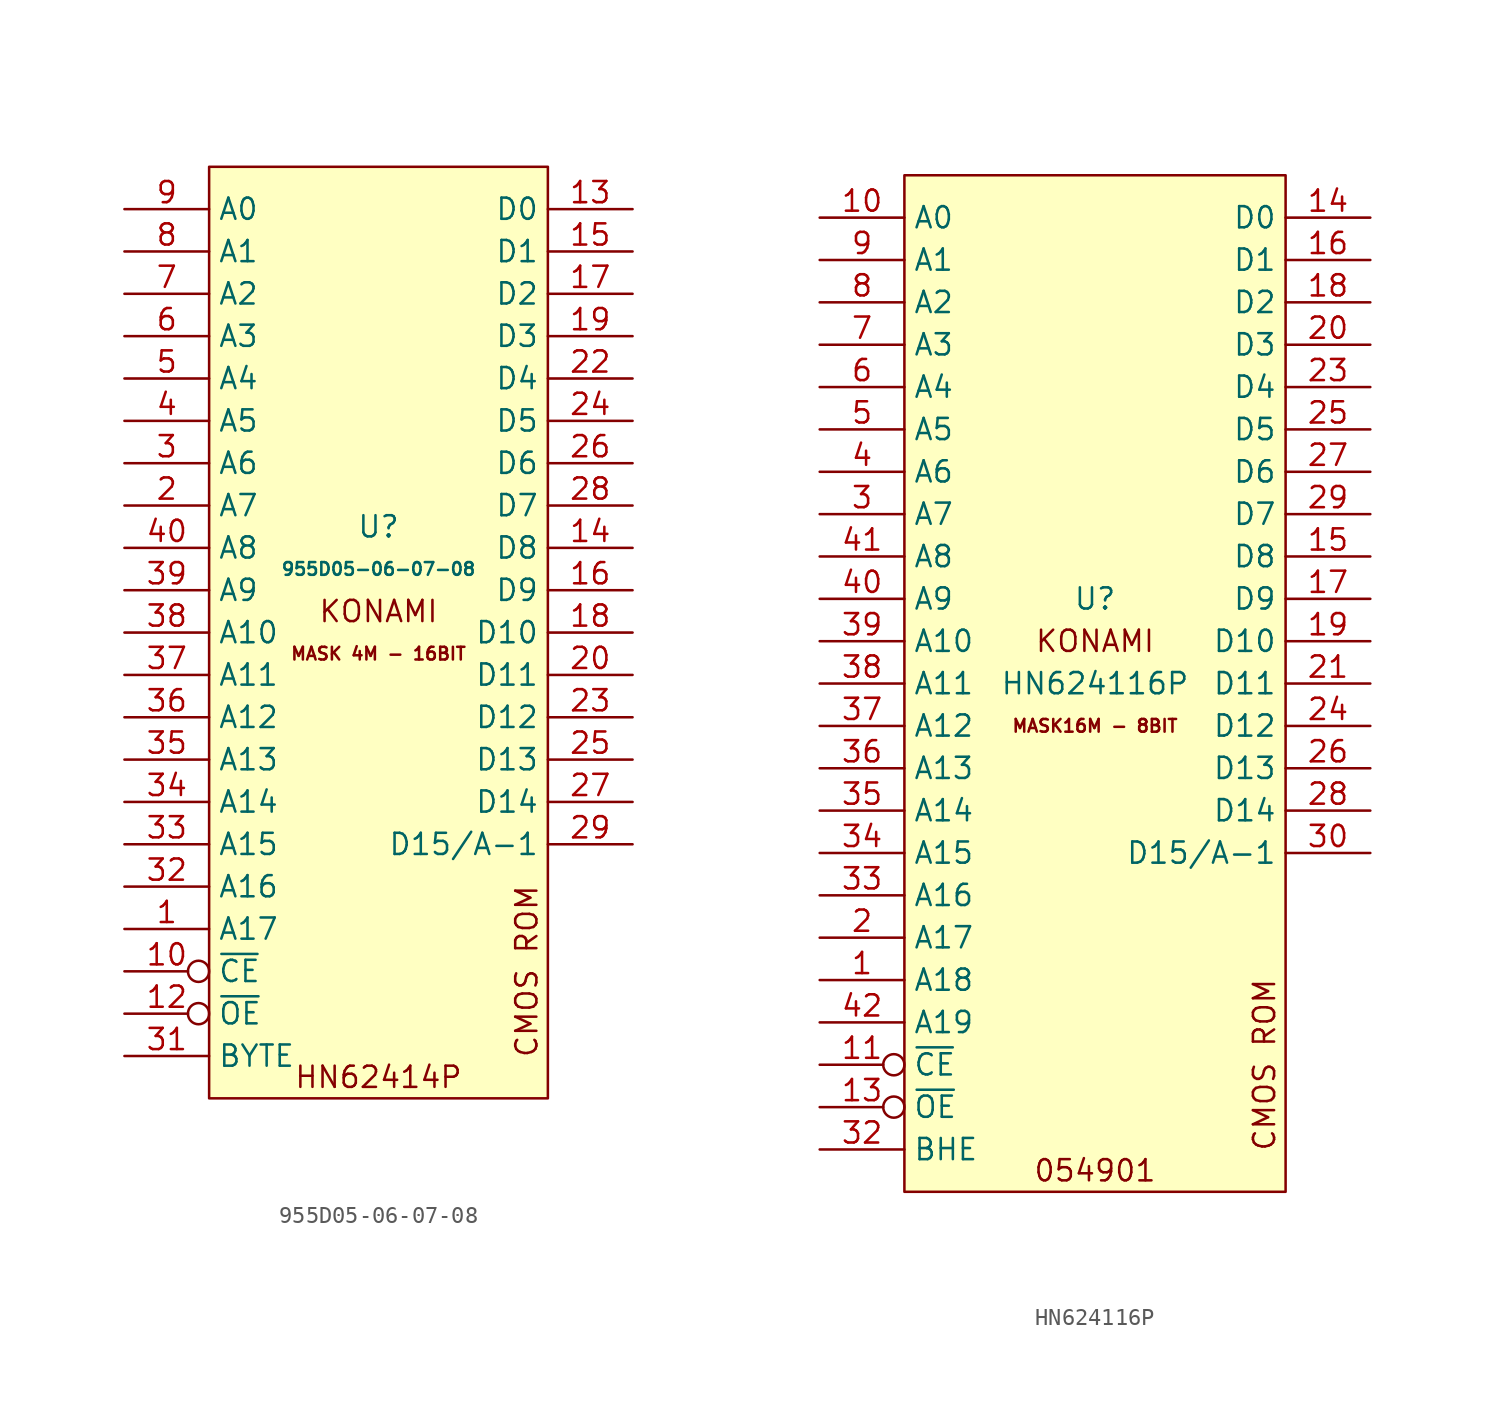
<source format=kicad_sym>
(kicad_symbol_lib
  (version 20231120)
  (generator "kicad_symbol_editor")
  (generator_version "8.0")
  (symbol "955D05-06-07-08"
    (property "Reference" "U"
      (at 0 5.08 0)
      (effects (font (size 1.27 1.27))))
    (property "Value" "955D05-06-07-08"
      (at 0 2.54 0)
      (effects (font (size 0.762 0.762))))
    (symbol "955D05-06-07-08_0_0"
      (text "CMOS ROM" (at 8.89 -21.59 900) (effects (font (size 1.27 1.27))))
      (text "HN62414P" (at 0 -27.94 0) (effects (font (size 1.27 1.27))))
      (text "KONAMI" (at 0 0 0) (effects (font (size 1.27 1.27))))
      (text "MASK 4M - 16BIT" (at 0 -2.54 0) (effects (font (size 0.762 0.762)))))
    (symbol "955D05-06-07-08_0_1"
      (rectangle (start -10.16 26.67) (end 10.16 -29.21) (stroke (width 0) (type default)) (fill (type background))))
    (symbol "955D05-06-07-08_1_1"
      (pin input line (at -15.24 -19.05 0) (length 5.08) (name "A17" (effects (font (size 1.27 1.27)))) (number "1" (effects (font (size 1.27 1.27)))))
      (pin input inverted (at -15.24 -21.59 0) (length 5.08) (name "~{CE}" (effects (font (size 1.27 1.27)))) (number "10" (effects (font (size 1.27 1.27)))))
      (pin power_in line (at -1.27 -29.21 90) (length 2.54) hide (name "VSS" (effects (font (size 1.27 1.27)))) (number "11" (effects (font (size 1.27 1.27)))))
      (pin input inverted (at -15.24 -24.13 0) (length 5.08) (name "~{OE}" (effects (font (size 1.27 1.27)))) (number "12" (effects (font (size 1.27 1.27)))))
      (pin bidirectional line (at 15.24 24.13 180) (length 5.08) (name "D0" (effects (font (size 1.27 1.27)))) (number "13" (effects (font (size 1.27 1.27)))))
      (pin bidirectional line (at 15.24 3.81 180) (length 5.08) (name "D8" (effects (font (size 1.27 1.27)))) (number "14" (effects (font (size 1.27 1.27)))))
      (pin bidirectional line (at 15.24 21.59 180) (length 5.08) (name "D1" (effects (font (size 1.27 1.27)))) (number "15" (effects (font (size 1.27 1.27)))))
      (pin bidirectional line (at 15.24 1.27 180) (length 5.08) (name "D9" (effects (font (size 1.27 1.27)))) (number "16" (effects (font (size 1.27 1.27)))))
      (pin bidirectional line (at 15.24 19.05 180) (length 5.08) (name "D2" (effects (font (size 1.27 1.27)))) (number "17" (effects (font (size 1.27 1.27)))))
      (pin bidirectional line (at 15.24 -1.27 180) (length 5.08) (name "D10" (effects (font (size 1.27 1.27)))) (number "18" (effects (font (size 1.27 1.27)))))
      (pin bidirectional line (at 15.24 16.51 180) (length 5.08) (name "D3" (effects (font (size 1.27 1.27)))) (number "19" (effects (font (size 1.27 1.27)))))
      (pin input line (at -15.24 6.35 0) (length 5.08) (name "A7" (effects (font (size 1.27 1.27)))) (number "2" (effects (font (size 1.27 1.27)))))
      (pin bidirectional line (at 15.24 -3.81 180) (length 5.08) (name "D11" (effects (font (size 1.27 1.27)))) (number "20" (effects (font (size 1.27 1.27)))))
      (pin power_in line (at 0 26.67 270) (length 2.54) hide (name "VCC" (effects (font (size 1.27 1.27)))) (number "21" (effects (font (size 1.27 1.27)))))
      (pin bidirectional line (at 15.24 13.97 180) (length 5.08) (name "D4" (effects (font (size 1.27 1.27)))) (number "22" (effects (font (size 1.27 1.27)))))
      (pin bidirectional line (at 15.24 -6.35 180) (length 5.08) (name "D12" (effects (font (size 1.27 1.27)))) (number "23" (effects (font (size 1.27 1.27)))))
      (pin bidirectional line (at 15.24 11.43 180) (length 5.08) (name "D5" (effects (font (size 1.27 1.27)))) (number "24" (effects (font (size 1.27 1.27)))))
      (pin bidirectional line (at 15.24 -8.89 180) (length 5.08) (name "D13" (effects (font (size 1.27 1.27)))) (number "25" (effects (font (size 1.27 1.27)))))
      (pin bidirectional line (at 15.24 8.89 180) (length 5.08) (name "D6" (effects (font (size 1.27 1.27)))) (number "26" (effects (font (size 1.27 1.27)))))
      (pin bidirectional line (at 15.24 -11.43 180) (length 5.08) (name "D14" (effects (font (size 1.27 1.27)))) (number "27" (effects (font (size 1.27 1.27)))))
      (pin bidirectional line (at 15.24 6.35 180) (length 5.08) (name "D7" (effects (font (size 1.27 1.27)))) (number "28" (effects (font (size 1.27 1.27)))))
      (pin bidirectional line (at 15.24 -13.97 180) (length 5.08) (name "D15/A-1" (effects (font (size 1.27 1.27)))) (number "29" (effects (font (size 1.27 1.27)))))
      (pin input line (at -15.24 8.89 0) (length 5.08) (name "A6" (effects (font (size 1.27 1.27)))) (number "3" (effects (font (size 1.27 1.27)))))
      (pin power_in line (at 1.27 -29.21 90) (length 2.54) hide (name "VSS" (effects (font (size 1.27 1.27)))) (number "30" (effects (font (size 1.27 1.27)))))
      (pin input line (at -15.24 -26.67 0) (length 5.08) (name "BYTE" (effects (font (size 1.27 1.27)))) (number "31" (effects (font (size 1.27 1.27)))))
      (pin input line (at -15.24 -16.51 0) (length 5.08) (name "A16" (effects (font (size 1.27 1.27)))) (number "32" (effects (font (size 1.27 1.27)))))
      (pin input line (at -15.24 -13.97 0) (length 5.08) (name "A15" (effects (font (size 1.27 1.27)))) (number "33" (effects (font (size 1.27 1.27)))))
      (pin input line (at -15.24 -11.43 0) (length 5.08) (name "A14" (effects (font (size 1.27 1.27)))) (number "34" (effects (font (size 1.27 1.27)))))
      (pin input line (at -15.24 -8.89 0) (length 5.08) (name "A13" (effects (font (size 1.27 1.27)))) (number "35" (effects (font (size 1.27 1.27)))))
      (pin input line (at -15.24 -6.35 0) (length 5.08) (name "A12" (effects (font (size 1.27 1.27)))) (number "36" (effects (font (size 1.27 1.27)))))
      (pin input line (at -15.24 -3.81 0) (length 5.08) (name "A11" (effects (font (size 1.27 1.27)))) (number "37" (effects (font (size 1.27 1.27)))))
      (pin input line (at -15.24 -1.27 0) (length 5.08) (name "A10" (effects (font (size 1.27 1.27)))) (number "38" (effects (font (size 1.27 1.27)))))
      (pin input line (at -15.24 1.27 0) (length 5.08) (name "A9" (effects (font (size 1.27 1.27)))) (number "39" (effects (font (size 1.27 1.27)))))
      (pin input line (at -15.24 11.43 0) (length 5.08) (name "A5" (effects (font (size 1.27 1.27)))) (number "4" (effects (font (size 1.27 1.27)))))
      (pin input line (at -15.24 3.81 0) (length 5.08) (name "A8" (effects (font (size 1.27 1.27)))) (number "40" (effects (font (size 1.27 1.27)))))
      (pin input line (at -15.24 13.97 0) (length 5.08) (name "A4" (effects (font (size 1.27 1.27)))) (number "5" (effects (font (size 1.27 1.27)))))
      (pin input line (at -15.24 16.51 0) (length 5.08) (name "A3" (effects (font (size 1.27 1.27)))) (number "6" (effects (font (size 1.27 1.27)))))
      (pin input line (at -15.24 19.05 0) (length 5.08) (name "A2" (effects (font (size 1.27 1.27)))) (number "7" (effects (font (size 1.27 1.27)))))
      (pin input line (at -15.24 21.59 0) (length 5.08) (name "A1" (effects (font (size 1.27 1.27)))) (number "8" (effects (font (size 1.27 1.27)))))
      (pin input line (at -15.24 24.13 0) (length 5.08) (name "A0" (effects (font (size 1.27 1.27)))) (number "9" (effects (font (size 1.27 1.27)))))))
  (symbol "HN624116P"
    (property "Reference" "U"
      (at 0 5.08 0)
      (effects (font (size 1.27 1.27))))
    (property "Value" "HN624116P"
      (at 0 0 0)
      (effects (font (size 1.27 1.27))))
    (symbol "HN624116P_0_0"
      (rectangle (start -11.43 30.48) (end 11.43 -30.48) (stroke (width 0.152) (type default)) (fill (type background)))
      (text "054901" (at 0 -29.21 0) (effects (font (size 1.27 1.27))))
      (text "CMOS ROM" (at 10.16 -22.86 900) (effects (font (size 1.27 1.27))))
      (text "KONAMI" (at 0 2.54 0) (effects (font (size 1.27 1.27))))
      (text "MASK16M - 8BIT" (at 0 -2.54 0) (effects (font (size 0.762 0.762)))))
    (symbol "HN624116P_1_1"
      (pin input line (at -16.51 -17.78 0) (length 5.08) (name "A18" (effects (font (size 1.27 1.27)))) (number "1" (effects (font (size 1.27 1.27)))))
      (pin input line (at -16.51 27.94 0) (length 5.08) (name "A0" (effects (font (size 1.27 1.27)))) (number "10" (effects (font (size 1.27 1.27)))))
      (pin input inverted (at -16.51 -22.86 0) (length 5.08) (name "~{CE}" (effects (font (size 1.27 1.27)))) (number "11" (effects (font (size 1.27 1.27)))))
      (pin power_in line (at -1.27 -30.48 90) (length 5.08) hide (name "VSS" (effects (font (size 1.27 1.27)))) (number "12" (effects (font (size 1.27 1.27)))))
      (pin input inverted (at -16.51 -25.4 0) (length 5.08) (name "~{OE}" (effects (font (size 1.27 1.27)))) (number "13" (effects (font (size 1.27 1.27)))))
      (pin tri_state line (at 16.51 27.94 180) (length 5.08) (name "D0" (effects (font (size 1.27 1.27)))) (number "14" (effects (font (size 1.27 1.27)))))
      (pin tri_state line (at 16.51 7.62 180) (length 5.08) (name "D8" (effects (font (size 1.27 1.27)))) (number "15" (effects (font (size 1.27 1.27)))))
      (pin tri_state line (at 16.51 25.4 180) (length 5.08) (name "D1" (effects (font (size 1.27 1.27)))) (number "16" (effects (font (size 1.27 1.27)))))
      (pin tri_state line (at 16.51 5.08 180) (length 5.08) (name "D9" (effects (font (size 1.27 1.27)))) (number "17" (effects (font (size 1.27 1.27)))))
      (pin tri_state line (at 16.51 22.86 180) (length 5.08) (name "D2" (effects (font (size 1.27 1.27)))) (number "18" (effects (font (size 1.27 1.27)))))
      (pin tri_state line (at 16.51 2.54 180) (length 5.08) (name "D10" (effects (font (size 1.27 1.27)))) (number "19" (effects (font (size 1.27 1.27)))))
      (pin input line (at -16.51 -15.24 0) (length 5.08) (name "A17" (effects (font (size 1.27 1.27)))) (number "2" (effects (font (size 1.27 1.27)))))
      (pin tri_state line (at 16.51 20.32 180) (length 5.08) (name "D3" (effects (font (size 1.27 1.27)))) (number "20" (effects (font (size 1.27 1.27)))))
      (pin tri_state line (at 16.51 0 180) (length 5.08) (name "D11" (effects (font (size 1.27 1.27)))) (number "21" (effects (font (size 1.27 1.27)))))
      (pin power_in line (at 0 30.48 270) (length 5.08) hide (name "VCC" (effects (font (size 1.27 1.27)))) (number "22" (effects (font (size 1.27 1.27)))))
      (pin tri_state line (at 16.51 17.78 180) (length 5.08) (name "D4" (effects (font (size 1.27 1.27)))) (number "23" (effects (font (size 1.27 1.27)))))
      (pin tri_state line (at 16.51 -2.54 180) (length 5.08) (name "D12" (effects (font (size 1.27 1.27)))) (number "24" (effects (font (size 1.27 1.27)))))
      (pin tri_state line (at 16.51 15.24 180) (length 5.08) (name "D5" (effects (font (size 1.27 1.27)))) (number "25" (effects (font (size 1.27 1.27)))))
      (pin tri_state line (at 16.51 -5.08 180) (length 5.08) (name "D13" (effects (font (size 1.27 1.27)))) (number "26" (effects (font (size 1.27 1.27)))))
      (pin tri_state line (at 16.51 12.7 180) (length 5.08) (name "D6" (effects (font (size 1.27 1.27)))) (number "27" (effects (font (size 1.27 1.27)))))
      (pin tri_state line (at 16.51 -7.62 180) (length 5.08) (name "D14" (effects (font (size 1.27 1.27)))) (number "28" (effects (font (size 1.27 1.27)))))
      (pin tri_state line (at 16.51 10.16 180) (length 5.08) (name "D7" (effects (font (size 1.27 1.27)))) (number "29" (effects (font (size 1.27 1.27)))))
      (pin input line (at -16.51 10.16 0) (length 5.08) (name "A7" (effects (font (size 1.27 1.27)))) (number "3" (effects (font (size 1.27 1.27)))))
      (pin tri_state line (at 16.51 -10.16 180) (length 5.08) (name "D15/A-1" (effects (font (size 1.27 1.27)))) (number "30" (effects (font (size 1.27 1.27)))))
      (pin power_in line (at 1.27 -30.48 90) (length 5.08) hide (name "VSS" (effects (font (size 1.27 1.27)))) (number "31" (effects (font (size 1.27 1.27)))))
      (pin input line (at -16.51 -27.94 0) (length 5.08) (name "BHE" (effects (font (size 1.27 1.27)))) (number "32" (effects (font (size 1.27 1.27)))))
      (pin input line (at -16.51 -12.7 0) (length 5.08) (name "A16" (effects (font (size 1.27 1.27)))) (number "33" (effects (font (size 1.27 1.27)))))
      (pin input line (at -16.51 -10.16 0) (length 5.08) (name "A15" (effects (font (size 1.27 1.27)))) (number "34" (effects (font (size 1.27 1.27)))))
      (pin input line (at -16.51 -7.62 0) (length 5.08) (name "A14" (effects (font (size 1.27 1.27)))) (number "35" (effects (font (size 1.27 1.27)))))
      (pin input line (at -16.51 -5.08 0) (length 5.08) (name "A13" (effects (font (size 1.27 1.27)))) (number "36" (effects (font (size 1.27 1.27)))))
      (pin input line (at -16.51 -2.54 0) (length 5.08) (name "A12" (effects (font (size 1.27 1.27)))) (number "37" (effects (font (size 1.27 1.27)))))
      (pin input line (at -16.51 0 0) (length 5.08) (name "A11" (effects (font (size 1.27 1.27)))) (number "38" (effects (font (size 1.27 1.27)))))
      (pin input line (at -16.51 2.54 0) (length 5.08) (name "A10" (effects (font (size 1.27 1.27)))) (number "39" (effects (font (size 1.27 1.27)))))
      (pin input line (at -16.51 12.7 0) (length 5.08) (name "A6" (effects (font (size 1.27 1.27)))) (number "4" (effects (font (size 1.27 1.27)))))
      (pin input line (at -16.51 5.08 0) (length 5.08) (name "A9" (effects (font (size 1.27 1.27)))) (number "40" (effects (font (size 1.27 1.27)))))
      (pin input line (at -16.51 7.62 0) (length 5.08) (name "A8" (effects (font (size 1.27 1.27)))) (number "41" (effects (font (size 1.27 1.27)))))
      (pin input line (at -16.51 -20.32 0) (length 5.08) (name "A19" (effects (font (size 1.27 1.27)))) (number "42" (effects (font (size 1.27 1.27)))))
      (pin input line (at -16.51 15.24 0) (length 5.08) (name "A5" (effects (font (size 1.27 1.27)))) (number "5" (effects (font (size 1.27 1.27)))))
      (pin input line (at -16.51 17.78 0) (length 5.08) (name "A4" (effects (font (size 1.27 1.27)))) (number "6" (effects (font (size 1.27 1.27)))))
      (pin input line (at -16.51 20.32 0) (length 5.08) (name "A3" (effects (font (size 1.27 1.27)))) (number "7" (effects (font (size 1.27 1.27)))))
      (pin input line (at -16.51 22.86 0) (length 5.08) (name "A2" (effects (font (size 1.27 1.27)))) (number "8" (effects (font (size 1.27 1.27)))))
      (pin input line (at -16.51 25.4 0) (length 5.08) (name "A1" (effects (font (size 1.27 1.27)))) (number "9" (effects (font (size 1.27 1.27))))))))
</source>
